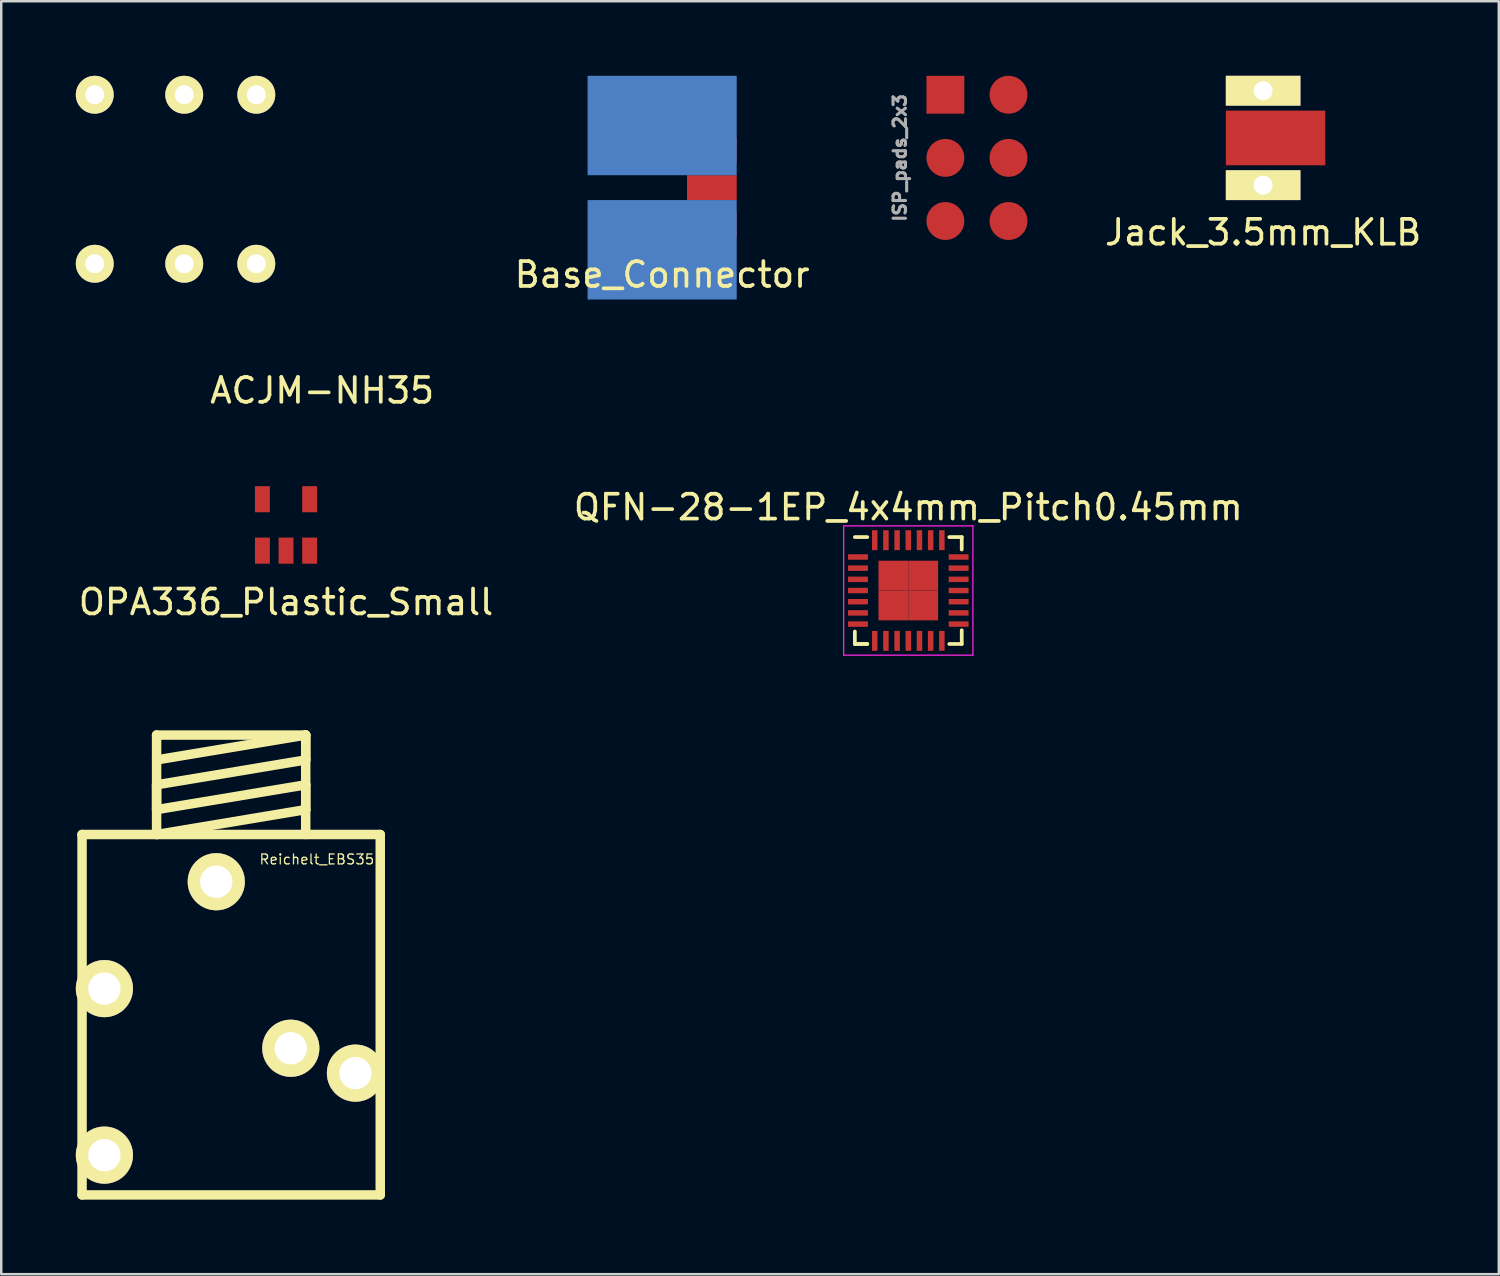
<source format=kicad_pcb>
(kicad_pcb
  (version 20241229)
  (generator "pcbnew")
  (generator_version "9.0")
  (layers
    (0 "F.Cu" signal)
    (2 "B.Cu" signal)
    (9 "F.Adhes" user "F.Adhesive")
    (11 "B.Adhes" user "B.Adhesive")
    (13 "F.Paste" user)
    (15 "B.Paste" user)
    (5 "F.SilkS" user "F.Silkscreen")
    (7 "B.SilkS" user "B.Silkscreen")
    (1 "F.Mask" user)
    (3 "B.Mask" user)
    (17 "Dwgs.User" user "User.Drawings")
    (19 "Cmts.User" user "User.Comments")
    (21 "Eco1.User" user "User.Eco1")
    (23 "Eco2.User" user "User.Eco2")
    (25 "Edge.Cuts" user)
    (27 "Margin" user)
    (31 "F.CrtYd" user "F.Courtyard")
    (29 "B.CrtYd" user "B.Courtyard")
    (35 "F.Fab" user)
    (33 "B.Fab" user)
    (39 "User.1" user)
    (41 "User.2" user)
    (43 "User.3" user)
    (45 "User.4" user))
  (footprint "OPA336_Plastic_Small"
    (layer "F.Cu")
    (at 8.458 18.07)
    (property "Reference" "OPA336_Plastic_Small" (at 0 3.105 0) (layer "F.SilkS") (effects (font (size 1 1) (thickness 0.15))))
    (attr through_hole)
    (pad "1" smd rect (at -0.95 1.035) (size 0.6 1.05) (layers "F.Cu" "F.Mask" "F.Paste"))
    (pad "2" smd rect (at 0 1.035) (size 0.6 1.05) (layers "F.Cu" "F.Mask" "F.Paste"))
    (pad "3" smd rect (at 0.95 1.035) (size 0.6 1.05) (layers "F.Cu" "F.Mask" "F.Paste"))
    (pad "4" smd rect (at 0.95 -1.035) (size 0.6 1.05) (layers "F.Cu" "F.Mask" "F.Paste"))
    (pad "5" smd rect (at -0.95 -1.035) (size 0.6 1.05) (layers "F.Cu" "F.Mask" "F.Paste")))
  (footprint "QFN-28-1EP_4x4mm_Pitch0.45mm"
    (layer "F.Cu")
    (at 33.494 20.709)
    (property "Reference" "QFN-28-1EP_4x4mm_Pitch0.45mm" (at 0 -3.35 0) (layer "F.SilkS") (effects (font (size 1 1) (thickness 0.15))))
    (attr smd)
    (fp_line (start -2.15 -2.15) (end -1.65 -2.15) (stroke (width 0.15) (type solid)) (layer "F.SilkS"))
    (fp_line (start -2.15 2.15) (end -2.15 1.65) (stroke (width 0.15) (type solid)) (layer "F.SilkS"))
    (fp_line (start -2.15 2.15) (end -1.65 2.15) (stroke (width 0.15) (type solid)) (layer "F.SilkS"))
    (fp_line (start -1.65 2.15) (end -2.15 2.15) (stroke (width 0.15) (type solid)) (layer "F.SilkS"))
    (fp_line (start 1.65 -2.15) (end 2.15 -2.15) (stroke (width 0.15) (type solid)) (layer "F.SilkS"))
    (fp_line (start 2.15 -2.15) (end 2.15 -1.65) (stroke (width 0.15) (type solid)) (layer "F.SilkS"))
    (fp_line (start 2.15 1.6) (end 2.15 2.15) (stroke (width 0.15) (type solid)) (layer "F.SilkS"))
    (fp_line (start 2.15 2.15) (end 1.65 2.15) (stroke (width 0.15) (type solid)) (layer "F.SilkS"))
    (fp_line (start -2.6 -2.6) (end -2.6 2.6) (stroke (width 0.05) (type solid)) (layer "F.CrtYd"))
    (fp_line (start -2.6 -2.6) (end 2.6 -2.6) (stroke (width 0.05) (type solid)) (layer "F.CrtYd"))
    (fp_line (start -2.6 2.6) (end 2.6 2.6) (stroke (width 0.05) (type solid)) (layer "F.CrtYd"))
    (fp_line (start 2.6 -2.6) (end 2.6 2.6) (stroke (width 0.05) (type solid)) (layer "F.CrtYd"))
    (pad "1" smd rect (at -2.025 -1.35) (size 0.8 0.22) (layers "F.Cu" "F.Mask" "F.Paste"))
    (pad "2" smd rect (at -2.025 -0.9) (size 0.8 0.22) (layers "F.Cu" "F.Mask" "F.Paste"))
    (pad "3" smd rect (at -2.025 -0.45) (size 0.8 0.22) (layers "F.Cu" "F.Mask" "F.Paste"))
    (pad "4" smd rect (at -2.025 0) (size 0.8 0.22) (layers "F.Cu" "F.Mask" "F.Paste"))
    (pad "5" smd rect (at -2.025 0.45) (size 0.8 0.22) (layers "F.Cu" "F.Mask" "F.Paste"))
    (pad "6" smd rect (at -2.025 0.9) (size 0.8 0.22) (layers "F.Cu" "F.Mask" "F.Paste"))
    (pad "7" smd rect (at -2.025 1.35) (size 0.8 0.22) (layers "F.Cu" "F.Mask" "F.Paste"))
    (pad "8" smd rect (at -1.35 2.025 90) (size 0.8 0.22) (layers "F.Cu" "F.Mask" "F.Paste"))
    (pad "9" smd rect (at -0.9 2.025 90) (size 0.8 0.22) (layers "F.Cu" "F.Mask" "F.Paste"))
    (pad "10" smd rect (at -0.45 2.025 90) (size 0.8 0.22) (layers "F.Cu" "F.Mask" "F.Paste"))
    (pad "11" smd rect (at 0 2.025 90) (size 0.8 0.22) (layers "F.Cu" "F.Mask" "F.Paste"))
    (pad "12" smd rect (at 0.45 2.025 90) (size 0.8 0.22) (layers "F.Cu" "F.Mask" "F.Paste"))
    (pad "13" smd rect (at 0.9 2.025 90) (size 0.8 0.22) (layers "F.Cu" "F.Mask" "F.Paste"))
    (pad "14" smd rect (at 1.35 2.025 90) (size 0.8 0.22) (layers "F.Cu" "F.Mask" "F.Paste"))
    (pad "15" smd rect (at 2.025 1.35) (size 0.8 0.22) (layers "F.Cu" "F.Mask" "F.Paste"))
    (pad "16" smd rect (at 2.025 0.9) (size 0.8 0.22) (layers "F.Cu" "F.Mask" "F.Paste"))
    (pad "17" smd rect (at 2.025 0.45) (size 0.8 0.22) (layers "F.Cu" "F.Mask" "F.Paste"))
    (pad "18" smd rect (at 2.025 0) (size 0.8 0.22) (layers "F.Cu" "F.Mask" "F.Paste"))
    (pad "19" smd rect (at 2.025 -0.45) (size 0.8 0.22) (layers "F.Cu" "F.Mask" "F.Paste"))
    (pad "20" smd rect (at 2.025 -0.9) (size 0.8 0.22) (layers "F.Cu" "F.Mask" "F.Paste"))
    (pad "21" smd rect (at 2.025 -1.35) (size 0.8 0.22) (layers "F.Cu" "F.Mask" "F.Paste"))
    (pad "22" smd rect (at 1.35 -2.025 90) (size 0.8 0.22) (layers "F.Cu" "F.Mask" "F.Paste"))
    (pad "23" smd rect (at 0.9 -2.025 90) (size 0.8 0.22) (layers "F.Cu" "F.Mask" "F.Paste"))
    (pad "24" smd rect (at 0.45 -2.025 90) (size 0.8 0.22) (layers "F.Cu" "F.Mask" "F.Paste"))
    (pad "25" smd rect (at 0 -2.025 90) (size 0.8 0.22) (layers "F.Cu" "F.Mask" "F.Paste"))
    (pad "26" smd rect (at -0.45 -2.025 90) (size 0.8 0.22) (layers "F.Cu" "F.Mask" "F.Paste"))
    (pad "27" smd rect (at -0.9 -2.025 90) (size 0.8 0.22) (layers "F.Cu" "F.Mask" "F.Paste"))
    (pad "28" smd rect (at -1.35 -2.025 90) (size 0.8 0.22) (layers "F.Cu" "F.Mask" "F.Paste"))
    (pad "29" smd rect (at -0.6 -0.6) (size 1.2 1.2) (layers "F.Cu" "F.Mask" "F.Paste"))
    (pad "29" smd rect (at -0.6 0.6) (size 1.2 1.2) (layers "F.Cu" "F.Mask" "F.Paste"))
    (pad "29" smd rect (at 0.6 -0.6) (size 1.2 1.2) (layers "F.Cu" "F.Mask" "F.Paste"))
    (pad "29" smd rect (at 0.6 0.6) (size 1.2 1.2) (layers "F.Cu" "F.Mask" "F.Paste")))
  (footprint "Jack_3.5mm_KLB"
    (layer "F.Cu")
    (at 47.77 2.5)
    (property "Reference" "Jack_3.5mm_KLB" (at 0 3.8 0) (layer "F.SilkS") (effects (font (size 1 1) (thickness 0.15))))
    (attr through_hole)
    (pad "R" thru_hole rect (at 0 -1.9) (size 3 1.2) (drill 0.762) (layers "*.Cu" "*.Mask" "F.SilkS"))
    (pad "S" smd rect (at 0.5 0) (size 4 2.2) (layers "F.Cu" "F.Mask" "F.Paste"))
    (pad "T" thru_hole rect (at 0 1.9) (size 3 1.2) (drill 0.762) (layers "*.Cu" "*.Mask" "F.SilkS")))
  (footprint "ISP_pads_2x3"
    (layer "F.Cu")
    (at 36.256 3.302)
    (property "Reference" "ISP_pads_2x3" (at -3.1 0 90) (layer "F.Fab") (effects (font (size 0.5 0.5) (thickness 0.125))))
    (attr through_hole)
    (pad "1" connect rect (at -1.27 -2.54) (size 1.524 1.524) (layers "F.Cu" "F.Mask"))
    (pad "2" connect circle (at 1.27 -2.54) (size 1.524 1.524) (layers "F.Cu" "F.Mask"))
    (pad "3" connect circle (at -1.27 0) (size 1.524 1.524) (layers "F.Cu" "F.Mask"))
    (pad "4" connect circle (at 1.27 0) (size 1.524 1.524) (layers "F.Cu" "F.Mask"))
    (pad "5" connect circle (at -1.27 2.54) (size 1.524 1.524) (layers "F.Cu" "F.Mask"))
    (pad "6" connect circle (at 1.27 2.54) (size 1.524 1.524) (layers "F.Cu" "F.Mask")))
  (footprint "Reichelt_EBS35"
    (layer "F.Cu")
    (at 6.25 37.525)
    (property "Reference" "Reichelt_EBS35" (at 3.449 -5.999 0) (layer "F.SilkS") (effects (font (size 0.399 0.399) (thickness 0.051))))
    (attr through_hole)
    (fp_line (start -5.999 -7) (end 5.999 -7) (stroke (width 0.381) (type solid)) (layer "F.SilkS"))
    (fp_line (start -5.999 7.501) (end -5.999 -7) (stroke (width 0.381) (type solid)) (layer "F.SilkS"))
    (fp_line (start -3 -11.001) (end -3 -7) (stroke (width 0.381) (type solid)) (layer "F.SilkS"))
    (fp_line (start -3 -8.999) (end 3 -10) (stroke (width 0.381) (type solid)) (layer "F.SilkS"))
    (fp_line (start -3 -8.001) (end -3 -8.999) (stroke (width 0.381) (type solid)) (layer "F.SilkS"))
    (fp_line (start -3 -7) (end 3 -8.001) (stroke (width 0.381) (type solid)) (layer "F.SilkS"))
    (fp_line (start 3 -11.001) (end -3 -11.001) (stroke (width 0.381) (type solid)) (layer "F.SilkS"))
    (fp_line (start 3 -11.001) (end -3 -10) (stroke (width 0.381) (type solid)) (layer "F.SilkS"))
    (fp_line (start 3 -10) (end 3 -11.001) (stroke (width 0.381) (type solid)) (layer "F.SilkS"))
    (fp_line (start 3 -8.999) (end -3 -8.001) (stroke (width 0.381) (type solid)) (layer "F.SilkS"))
    (fp_line (start 3 -8.001) (end 3 -8.999) (stroke (width 0.381) (type solid)) (layer "F.SilkS"))
    (fp_line (start 3 -7) (end 3 -11.001) (stroke (width 0.381) (type solid)) (layer "F.SilkS"))
    (fp_line (start 5.999 -7) (end 5.999 7.501) (stroke (width 0.381) (type solid)) (layer "F.SilkS"))
    (fp_line (start 5.999 7.501) (end -5.999 7.501) (stroke (width 0.381) (type solid)) (layer "F.SilkS"))
    (pad "1" thru_hole circle (at -5.1 -0.8) (size 2.3 2.3) (drill 1.3) (layers "*.Cu" "*.Mask" "F.SilkS"))
    (pad "2" thru_hole circle (at 5.001 2.601) (size 2.3 2.3) (drill 1.3) (layers "*.Cu" "*.Mask" "F.SilkS"))
    (pad "3" thru_hole circle (at -0.599 -5.1) (size 2.3 2.3) (drill 1.3) (layers "*.Cu" "*.Mask" "F.SilkS"))
    (pad "4" thru_hole circle (at -5.1 5.9) (size 2.3 2.3) (drill 1.3) (layers "*.Cu" "*.Mask" "F.SilkS"))
    (pad "5" thru_hole circle (at 2.4 1.6) (size 2.3 2.3) (drill 1.3) (layers "*.Cu" "*.Mask" "F.SilkS")))
  (footprint "Base_Connector"
    (layer "F.Cu")
    (at 23.591 4.5)
    (property "Reference" "Base_Connector" (at 0 3.5 0) (layer "F.SilkS") (effects (font (size 1 1) (thickness 0.15))))
    (attr through_hole)
    (pad "1" smd rect (at 2 -1.5) (size 2 1) (layers "F.Cu" "F.Mask" "F.Paste"))
    (pad "2" smd rect (at 0 -2.5) (size 6 4) (layers "B.Cu" "B.Mask" "B.Paste"))
    (pad "3" smd rect (at 2 0) (size 2 1) (layers "F.Cu" "F.Mask" "F.Paste"))
    (pad "4" smd rect (at 2 1.5) (size 2 1) (layers "F.Cu" "F.Mask" "F.Paste"))
    (pad "5" smd rect (at 0 2.5) (size 6 4) (layers "B.Cu" "B.Mask" "B.Paste")))
  (footprint "ACJM-NH35"
    (layer "F.Cu")
    (at 9.912 4.162)
    (property "Reference" "ACJM-NH35" (at 0 8.5 0) (layer "F.SilkS") (effects (font (size 1 1) (thickness 0.15))))
    (attr through_hole)
    (pad "R" thru_hole circle (at -5.55 -3.4) (size 1.524 1.524) (drill 0.762) (layers "*.Cu" "*.Mask" "F.SilkS"))
    (pad "RN" thru_hole circle (at -5.55 3.4) (size 1.524 1.524) (drill 0.762) (layers "*.Cu" "*.Mask" "F.SilkS"))
    (pad "S" thru_hole circle (at -2.65 -3.4) (size 1.524 1.524) (drill 0.762) (layers "*.Cu" "*.Mask" "F.SilkS"))
    (pad "SN" thru_hole circle (at -2.65 3.4) (size 1.524 1.524) (drill 0.762) (layers "*.Cu" "*.Mask" "F.SilkS"))
    (pad "T" thru_hole circle (at -9.15 -3.4) (size 1.524 1.524) (drill 0.762) (layers "*.Cu" "*.Mask" "F.SilkS"))
    (pad "TN" thru_hole circle (at -9.15 3.4) (size 1.524 1.524) (drill 0.762) (layers "*.Cu" "*.Mask" "F.SilkS")))
  (gr_rect
    (start -3 -3)
    (end 57.252 48.216)
    (stroke (width 0.1) (type default))
    (fill no)
    (layer "Edge.Cuts")))
</source>
